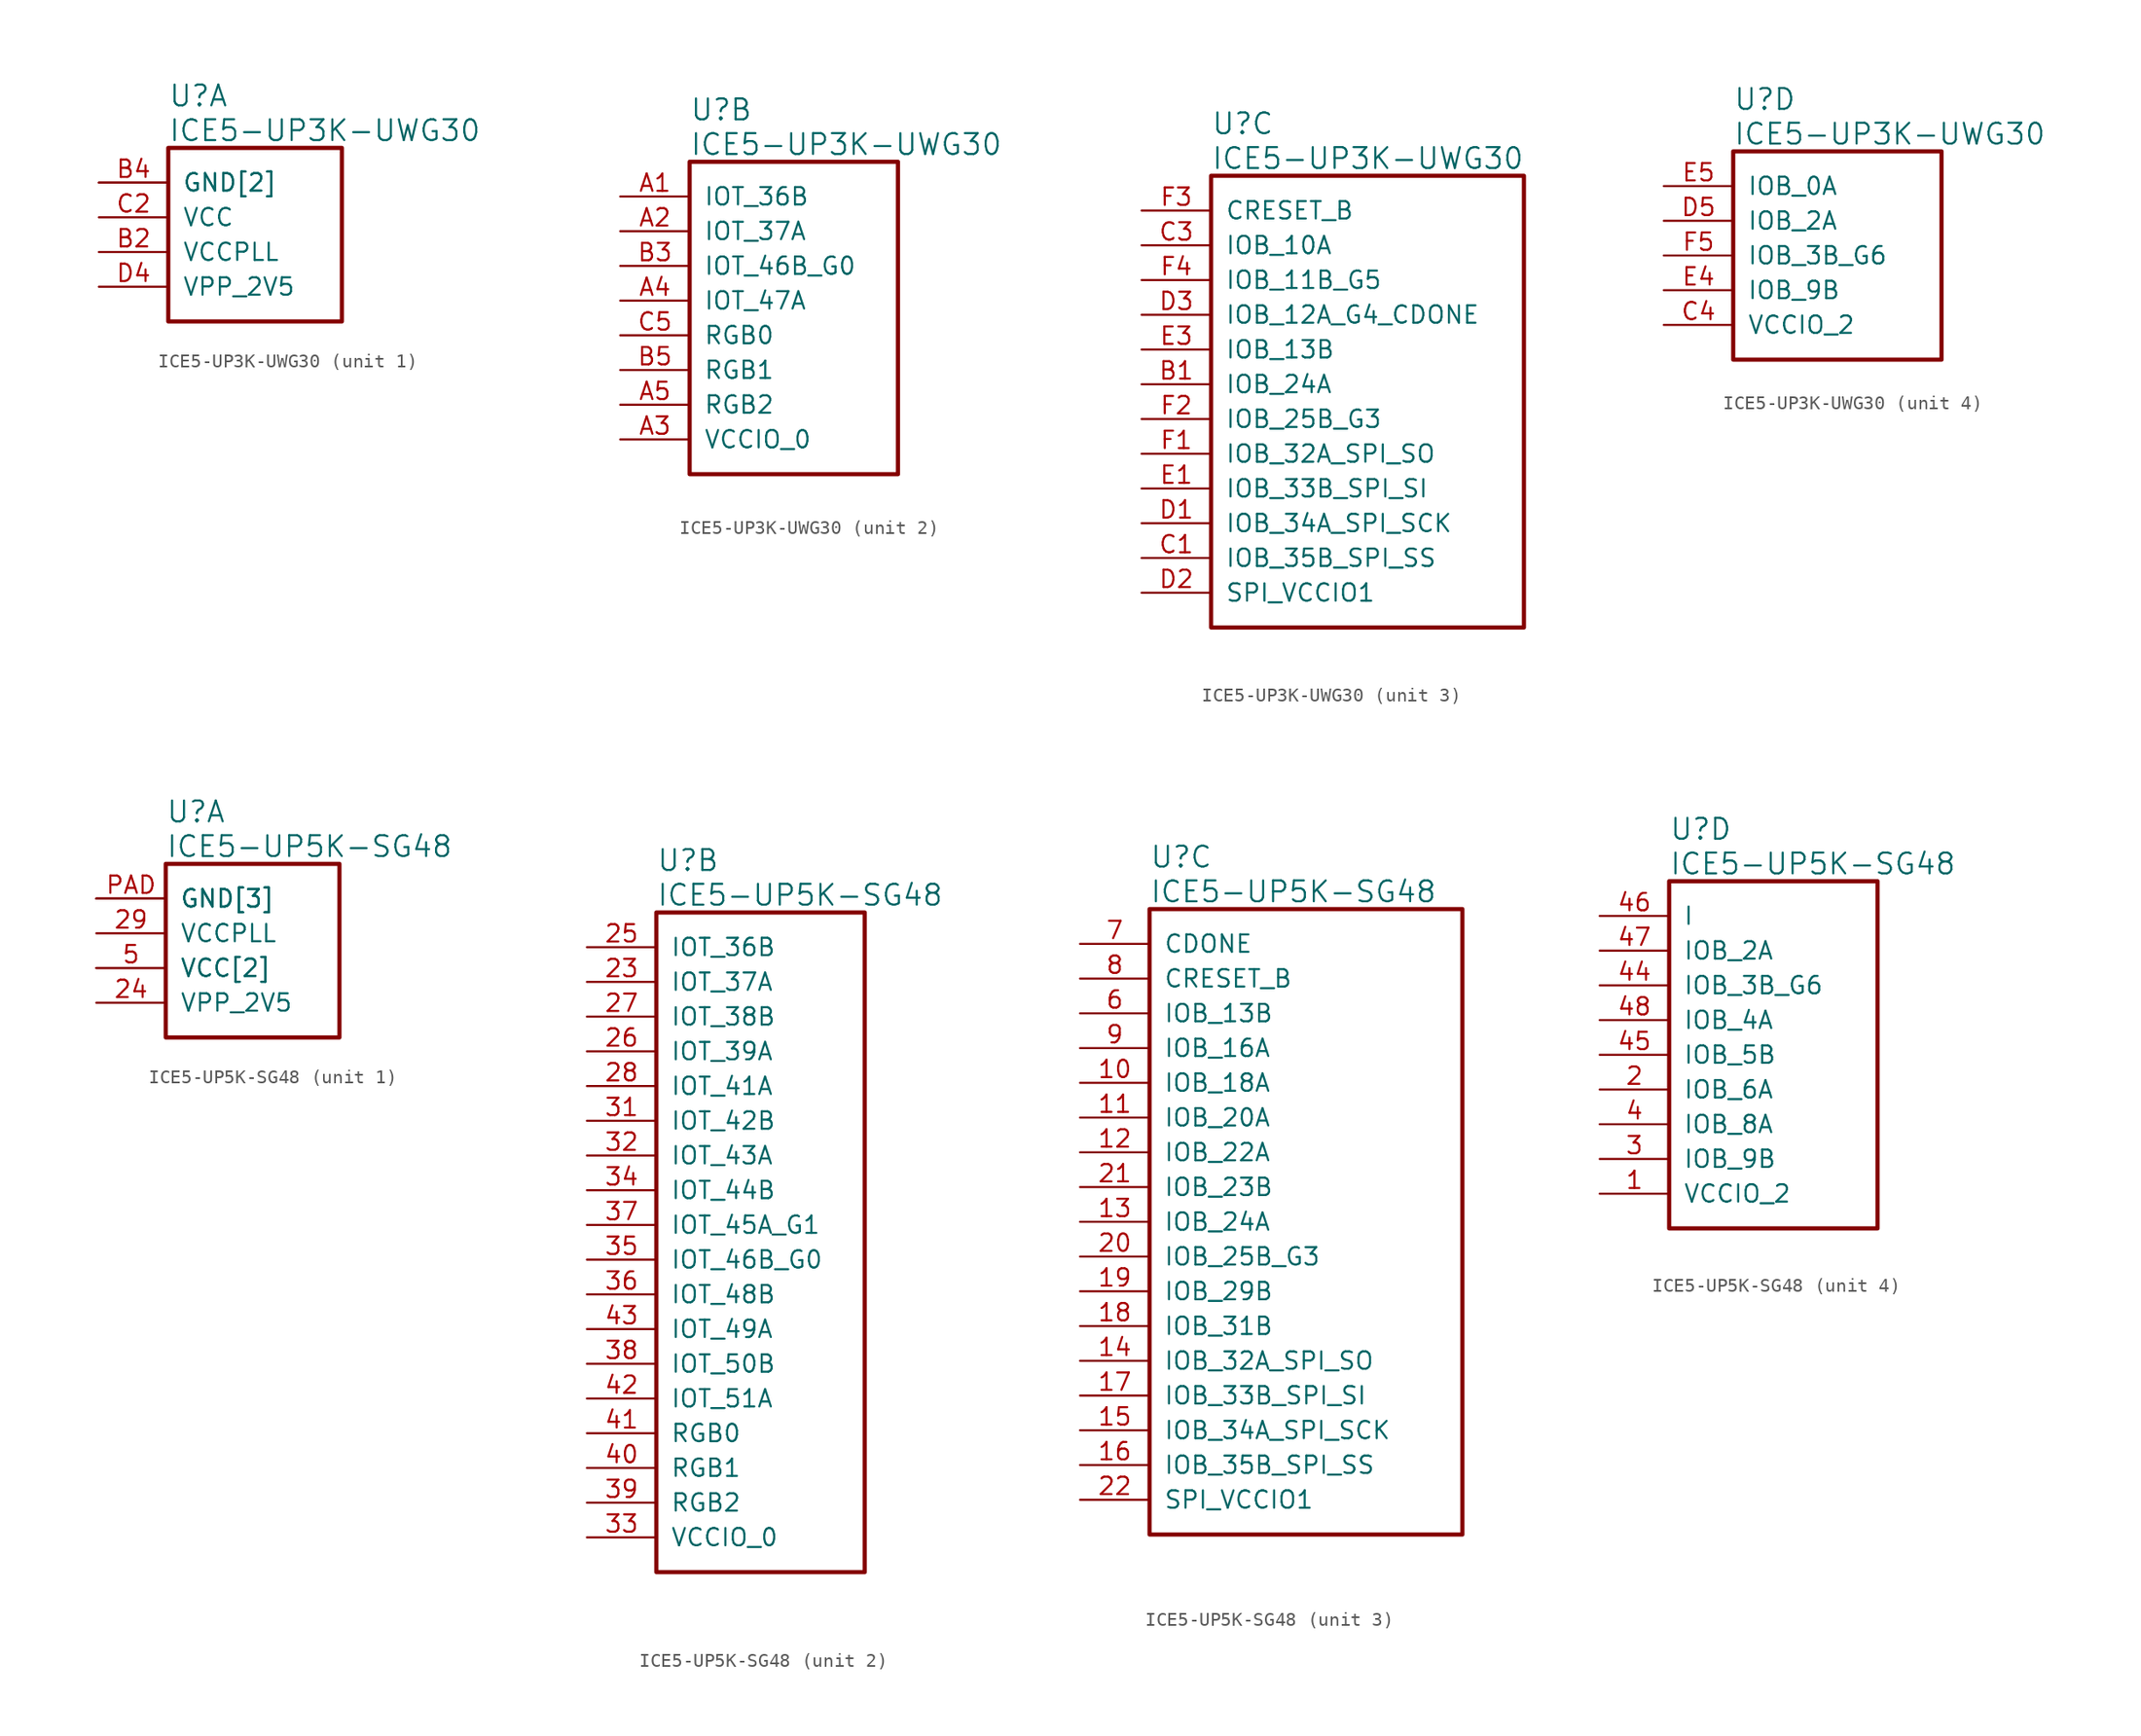
<source format=kicad_sym>
(kicad_symbol_lib
  (version 20241209)
  (generator "kicad_symbol_editor")
  (generator_version "9.0")
  (symbol "ICE5-UP3K-UWG30"
    (pin_names
      (offset 1.016))
    (property "Reference" "U"
      (at 5.08 6.35 0)
      (effects (font (size 1.524 1.524)) (justify left)))
    (property "Value" "ICE5-UP3K-UWG30"
      (at 5.08 3.81 0)
      (effects (font (size 1.524 1.524)) (justify left)))
    (property "ki_locked" ""
      (at 0 0 0)
      (effects (font (size 1.27 1.27))))
    (symbol "ICE5-UP3K-UWG30_1_1"
      (rectangle (start 5.08 2.54) (end 17.78 -10.16) (stroke (width 0.305) (type solid)) (fill (type none)))
      (pin power_in line (at 0 0 0) (length 5.08) (name "GND[2]" (effects (font (size 1.27 1.27)))) (number "B4" (effects (font (size 1.27 1.27)))))
      (pin power_in line (at 0 0 0) (length 5.08) (name "GND[2]" (effects (font (size 1.27 1.27)))) (number "E2" (effects (font (size 0 0)))))
      (pin power_in line (at 0 -2.54 0) (length 5.08) (name "VCC" (effects (font (size 1.27 1.27)))) (number "C2" (effects (font (size 1.27 1.27)))))
      (pin power_in line (at 0 -5.08 0) (length 5.08) (name "VCCPLL" (effects (font (size 1.27 1.27)))) (number "B2" (effects (font (size 1.27 1.27)))))
      (pin power_in line (at 0 -7.62 0) (length 5.08) (name "VPP_2V5" (effects (font (size 1.27 1.27)))) (number "D4" (effects (font (size 1.27 1.27))))))
    (symbol "ICE5-UP3K-UWG30_2_1"
      (rectangle (start 5.08 2.54) (end 20.32 -20.32) (stroke (width 0.305) (type solid)) (fill (type none)))
      (pin bidirectional line (at 0 0 0) (length 5.08) (name "IOT_36B" (effects (font (size 1.27 1.27)))) (number "A1" (effects (font (size 1.27 1.27)))))
      (pin bidirectional line (at 0 -2.54 0) (length 5.08) (name "IOT_37A" (effects (font (size 1.27 1.27)))) (number "A2" (effects (font (size 1.27 1.27)))))
      (pin bidirectional line (at 0 -5.08 0) (length 5.08) (name "IOT_46B_G0" (effects (font (size 1.27 1.27)))) (number "B3" (effects (font (size 1.27 1.27)))))
      (pin bidirectional line (at 0 -7.62 0) (length 5.08) (name "IOT_47A" (effects (font (size 1.27 1.27)))) (number "A4" (effects (font (size 1.27 1.27)))))
      (pin bidirectional line (at 0 -10.16 0) (length 5.08) (name "RGB0" (effects (font (size 1.27 1.27)))) (number "C5" (effects (font (size 1.27 1.27)))))
      (pin bidirectional line (at 0 -12.7 0) (length 5.08) (name "RGB1" (effects (font (size 1.27 1.27)))) (number "B5" (effects (font (size 1.27 1.27)))))
      (pin bidirectional line (at 0 -15.24 0) (length 5.08) (name "RGB2" (effects (font (size 1.27 1.27)))) (number "A5" (effects (font (size 1.27 1.27)))))
      (pin power_in line (at 0 -17.78 0) (length 5.08) (name "VCCIO_0" (effects (font (size 1.27 1.27)))) (number "A3" (effects (font (size 1.27 1.27))))))
    (symbol "ICE5-UP3K-UWG30_3_1"
      (rectangle (start 5.08 2.54) (end 27.94 -30.48) (stroke (width 0.305) (type solid)) (fill (type none)))
      (pin input line (at 0 0 0) (length 5.08) (name "CRESET_B" (effects (font (size 1.27 1.27)))) (number "F3" (effects (font (size 1.27 1.27)))))
      (pin bidirectional line (at 0 -2.54 0) (length 5.08) (name "IOB_10A" (effects (font (size 1.27 1.27)))) (number "C3" (effects (font (size 1.27 1.27)))))
      (pin bidirectional line (at 0 -5.08 0) (length 5.08) (name "IOB_11B_G5" (effects (font (size 1.27 1.27)))) (number "F4" (effects (font (size 1.27 1.27)))))
      (pin bidirectional line (at 0 -7.62 0) (length 5.08) (name "IOB_12A_G4_CDONE" (effects (font (size 1.27 1.27)))) (number "D3" (effects (font (size 1.27 1.27)))))
      (pin bidirectional line (at 0 -10.16 0) (length 5.08) (name "IOB_13B" (effects (font (size 1.27 1.27)))) (number "E3" (effects (font (size 1.27 1.27)))))
      (pin bidirectional line (at 0 -12.7 0) (length 5.08) (name "IOB_24A" (effects (font (size 1.27 1.27)))) (number "B1" (effects (font (size 1.27 1.27)))))
      (pin bidirectional line (at 0 -15.24 0) (length 5.08) (name "IOB_25B_G3" (effects (font (size 1.27 1.27)))) (number "F2" (effects (font (size 1.27 1.27)))))
      (pin bidirectional line (at 0 -17.78 0) (length 5.08) (name "IOB_32A_SPI_SO" (effects (font (size 1.27 1.27)))) (number "F1" (effects (font (size 1.27 1.27)))))
      (pin bidirectional line (at 0 -20.32 0) (length 5.08) (name "IOB_33B_SPI_SI" (effects (font (size 1.27 1.27)))) (number "E1" (effects (font (size 1.27 1.27)))))
      (pin bidirectional line (at 0 -22.86 0) (length 5.08) (name "IOB_34A_SPI_SCK" (effects (font (size 1.27 1.27)))) (number "D1" (effects (font (size 1.27 1.27)))))
      (pin bidirectional line (at 0 -25.4 0) (length 5.08) (name "IOB_35B_SPI_SS" (effects (font (size 1.27 1.27)))) (number "C1" (effects (font (size 1.27 1.27)))))
      (pin power_in line (at 0 -27.94 0) (length 5.08) (name "SPI_VCCIO1" (effects (font (size 1.27 1.27)))) (number "D2" (effects (font (size 1.27 1.27))))))
    (symbol "ICE5-UP3K-UWG30_4_1"
      (rectangle (start 5.08 2.54) (end 20.32 -12.7) (stroke (width 0.305) (type solid)) (fill (type none)))
      (pin bidirectional line (at 0 0 0) (length 5.08) (name "IOB_0A" (effects (font (size 1.27 1.27)))) (number "E5" (effects (font (size 1.27 1.27)))))
      (pin bidirectional line (at 0 -2.54 0) (length 5.08) (name "IOB_2A" (effects (font (size 1.27 1.27)))) (number "D5" (effects (font (size 1.27 1.27)))))
      (pin bidirectional line (at 0 -5.08 0) (length 5.08) (name "IOB_3B_G6" (effects (font (size 1.27 1.27)))) (number "F5" (effects (font (size 1.27 1.27)))))
      (pin bidirectional line (at 0 -7.62 0) (length 5.08) (name "IOB_9B" (effects (font (size 1.27 1.27)))) (number "E4" (effects (font (size 1.27 1.27)))))
      (pin power_in line (at 0 -10.16 0) (length 5.08) (name "VCCIO_2" (effects (font (size 1.27 1.27)))) (number "C4" (effects (font (size 1.27 1.27)))))))
  (symbol "ICE5-UP5K-SG48"
    (pin_names
      (offset 1.016))
    (property "Reference" "U"
      (at 5.08 6.35 0)
      (effects (font (size 1.524 1.524)) (justify left)))
    (property "Value" "ICE5-UP5K-SG48"
      (at 5.08 3.81 0)
      (effects (font (size 1.524 1.524)) (justify left)))
    (property "ki_locked" ""
      (at 0 0 0)
      (effects (font (size 1.27 1.27))))
    (symbol "ICE5-UP5K-SG48_1_1"
      (rectangle (start 5.08 2.54) (end 17.78 -10.16) (stroke (width 0.305) (type solid)) (fill (type none)))
      (pin power_in line (at 0 0 0) (length 5.08) (name "GND[3]" (effects (font (size 1.27 1.27)))) (number "PAD" (effects (font (size 0 0)))))
      (pin power_in line (at 0 0 0) (length 5.08) (name "GND[3]" (effects (font (size 1.27 1.27)))) (number "PAD" (effects (font (size 0 0)))))
      (pin power_in line (at 0 0 0) (length 5.08) (name "GND[3]" (effects (font (size 1.27 1.27)))) (number "PAD" (effects (font (size 1.27 1.27)))))
      (pin power_in line (at 0 -2.54 0) (length 5.08) (name "VCCPLL" (effects (font (size 1.27 1.27)))) (number "29" (effects (font (size 1.27 1.27)))))
      (pin power_in line (at 0 -5.08 0) (length 5.08) (name "VCC[2]" (effects (font (size 1.27 1.27)))) (number "30" (effects (font (size 0 0)))))
      (pin power_in line (at 0 -5.08 0) (length 5.08) (name "VCC[2]" (effects (font (size 1.27 1.27)))) (number "5" (effects (font (size 1.27 1.27)))))
      (pin power_in line (at 0 -7.62 0) (length 5.08) (name "VPP_2V5" (effects (font (size 1.27 1.27)))) (number "24" (effects (font (size 1.27 1.27))))))
    (symbol "ICE5-UP5K-SG48_2_1"
      (rectangle (start 5.08 2.54) (end 20.32 -45.72) (stroke (width 0.305) (type solid)) (fill (type none)))
      (pin bidirectional line (at 0 0 0) (length 5.08) (name "IOT_36B" (effects (font (size 1.27 1.27)))) (number "25" (effects (font (size 1.27 1.27)))))
      (pin bidirectional line (at 0 -2.54 0) (length 5.08) (name "IOT_37A" (effects (font (size 1.27 1.27)))) (number "23" (effects (font (size 1.27 1.27)))))
      (pin bidirectional line (at 0 -5.08 0) (length 5.08) (name "IOT_38B" (effects (font (size 1.27 1.27)))) (number "27" (effects (font (size 1.27 1.27)))))
      (pin bidirectional line (at 0 -7.62 0) (length 5.08) (name "IOT_39A" (effects (font (size 1.27 1.27)))) (number "26" (effects (font (size 1.27 1.27)))))
      (pin bidirectional line (at 0 -10.16 0) (length 5.08) (name "IOT_41A" (effects (font (size 1.27 1.27)))) (number "28" (effects (font (size 1.27 1.27)))))
      (pin bidirectional line (at 0 -12.7 0) (length 5.08) (name "IOT_42B" (effects (font (size 1.27 1.27)))) (number "31" (effects (font (size 1.27 1.27)))))
      (pin bidirectional line (at 0 -15.24 0) (length 5.08) (name "IOT_43A" (effects (font (size 1.27 1.27)))) (number "32" (effects (font (size 1.27 1.27)))))
      (pin bidirectional line (at 0 -17.78 0) (length 5.08) (name "IOT_44B" (effects (font (size 1.27 1.27)))) (number "34" (effects (font (size 1.27 1.27)))))
      (pin bidirectional line (at 0 -20.32 0) (length 5.08) (name "IOT_45A_G1" (effects (font (size 1.27 1.27)))) (number "37" (effects (font (size 1.27 1.27)))))
      (pin bidirectional line (at 0 -22.86 0) (length 5.08) (name "IOT_46B_G0" (effects (font (size 1.27 1.27)))) (number "35" (effects (font (size 1.27 1.27)))))
      (pin bidirectional line (at 0 -25.4 0) (length 5.08) (name "IOT_48B" (effects (font (size 1.27 1.27)))) (number "36" (effects (font (size 1.27 1.27)))))
      (pin bidirectional line (at 0 -27.94 0) (length 5.08) (name "IOT_49A" (effects (font (size 1.27 1.27)))) (number "43" (effects (font (size 1.27 1.27)))))
      (pin bidirectional line (at 0 -30.48 0) (length 5.08) (name "IOT_50B" (effects (font (size 1.27 1.27)))) (number "38" (effects (font (size 1.27 1.27)))))
      (pin bidirectional line (at 0 -33.02 0) (length 5.08) (name "IOT_51A" (effects (font (size 1.27 1.27)))) (number "42" (effects (font (size 1.27 1.27)))))
      (pin bidirectional line (at 0 -35.56 0) (length 5.08) (name "RGB0" (effects (font (size 1.27 1.27)))) (number "41" (effects (font (size 1.27 1.27)))))
      (pin bidirectional line (at 0 -38.1 0) (length 5.08) (name "RGB1" (effects (font (size 1.27 1.27)))) (number "40" (effects (font (size 1.27 1.27)))))
      (pin bidirectional line (at 0 -40.64 0) (length 5.08) (name "RGB2" (effects (font (size 1.27 1.27)))) (number "39" (effects (font (size 1.27 1.27)))))
      (pin power_in line (at 0 -43.18 0) (length 5.08) (name "VCCIO_0" (effects (font (size 1.27 1.27)))) (number "33" (effects (font (size 1.27 1.27))))))
    (symbol "ICE5-UP5K-SG48_3_1"
      (rectangle (start 5.08 2.54) (end 27.94 -43.18) (stroke (width 0.305) (type solid)) (fill (type none)))
      (pin output line (at 0 0 0) (length 5.08) (name "CDONE" (effects (font (size 1.27 1.27)))) (number "7" (effects (font (size 1.27 1.27)))))
      (pin input line (at 0 -2.54 0) (length 5.08) (name "CRESET_B" (effects (font (size 1.27 1.27)))) (number "8" (effects (font (size 1.27 1.27)))))
      (pin bidirectional line (at 0 -5.08 0) (length 5.08) (name "IOB_13B" (effects (font (size 1.27 1.27)))) (number "6" (effects (font (size 1.27 1.27)))))
      (pin bidirectional line (at 0 -7.62 0) (length 5.08) (name "IOB_16A" (effects (font (size 1.27 1.27)))) (number "9" (effects (font (size 1.27 1.27)))))
      (pin bidirectional line (at 0 -10.16 0) (length 5.08) (name "IOB_18A" (effects (font (size 1.27 1.27)))) (number "10" (effects (font (size 1.27 1.27)))))
      (pin bidirectional line (at 0 -12.7 0) (length 5.08) (name "IOB_20A" (effects (font (size 1.27 1.27)))) (number "11" (effects (font (size 1.27 1.27)))))
      (pin bidirectional line (at 0 -15.24 0) (length 5.08) (name "IOB_22A" (effects (font (size 1.27 1.27)))) (number "12" (effects (font (size 1.27 1.27)))))
      (pin bidirectional line (at 0 -17.78 0) (length 5.08) (name "IOB_23B" (effects (font (size 1.27 1.27)))) (number "21" (effects (font (size 1.27 1.27)))))
      (pin bidirectional line (at 0 -20.32 0) (length 5.08) (name "IOB_24A" (effects (font (size 1.27 1.27)))) (number "13" (effects (font (size 1.27 1.27)))))
      (pin bidirectional line (at 0 -22.86 0) (length 5.08) (name "IOB_25B_G3" (effects (font (size 1.27 1.27)))) (number "20" (effects (font (size 1.27 1.27)))))
      (pin bidirectional line (at 0 -25.4 0) (length 5.08) (name "IOB_29B" (effects (font (size 1.27 1.27)))) (number "19" (effects (font (size 1.27 1.27)))))
      (pin bidirectional line (at 0 -27.94 0) (length 5.08) (name "IOB_31B" (effects (font (size 1.27 1.27)))) (number "18" (effects (font (size 1.27 1.27)))))
      (pin bidirectional line (at 0 -30.48 0) (length 5.08) (name "IOB_32A_SPI_SO" (effects (font (size 1.27 1.27)))) (number "14" (effects (font (size 1.27 1.27)))))
      (pin bidirectional line (at 0 -33.02 0) (length 5.08) (name "IOB_33B_SPI_SI" (effects (font (size 1.27 1.27)))) (number "17" (effects (font (size 1.27 1.27)))))
      (pin bidirectional line (at 0 -35.56 0) (length 5.08) (name "IOB_34A_SPI_SCK" (effects (font (size 1.27 1.27)))) (number "15" (effects (font (size 1.27 1.27)))))
      (pin bidirectional line (at 0 -38.1 0) (length 5.08) (name "IOB_35B_SPI_SS" (effects (font (size 1.27 1.27)))) (number "16" (effects (font (size 1.27 1.27)))))
      (pin power_in line (at 0 -40.64 0) (length 5.08) (name "SPI_VCCIO1" (effects (font (size 1.27 1.27)))) (number "22" (effects (font (size 1.27 1.27))))))
    (symbol "ICE5-UP5K-SG48_4_1"
      (rectangle (start 5.08 2.54) (end 20.32 -22.86) (stroke (width 0.305) (type solid)) (fill (type none)))
      (pin bidirectional line (at 0 0 0) (length 5.08) (name "I" (effects (font (size 1.27 1.27)))) (number "46" (effects (font (size 1.27 1.27)))))
      (pin bidirectional line (at 0 -2.54 0) (length 5.08) (name "IOB_2A" (effects (font (size 1.27 1.27)))) (number "47" (effects (font (size 1.27 1.27)))))
      (pin bidirectional line (at 0 -5.08 0) (length 5.08) (name "IOB_3B_G6" (effects (font (size 1.27 1.27)))) (number "44" (effects (font (size 1.27 1.27)))))
      (pin bidirectional line (at 0 -7.62 0) (length 5.08) (name "IOB_4A" (effects (font (size 1.27 1.27)))) (number "48" (effects (font (size 1.27 1.27)))))
      (pin bidirectional line (at 0 -10.16 0) (length 5.08) (name "IOB_5B" (effects (font (size 1.27 1.27)))) (number "45" (effects (font (size 1.27 1.27)))))
      (pin bidirectional line (at 0 -12.7 0) (length 5.08) (name "IOB_6A" (effects (font (size 1.27 1.27)))) (number "2" (effects (font (size 1.27 1.27)))))
      (pin bidirectional line (at 0 -15.24 0) (length 5.08) (name "IOB_8A" (effects (font (size 1.27 1.27)))) (number "4" (effects (font (size 1.27 1.27)))))
      (pin bidirectional line (at 0 -17.78 0) (length 5.08) (name "IOB_9B" (effects (font (size 1.27 1.27)))) (number "3" (effects (font (size 1.27 1.27)))))
      (pin power_in line (at 0 -20.32 0) (length 5.08) (name "VCCIO_2" (effects (font (size 1.27 1.27)))) (number "1" (effects (font (size 1.27 1.27))))))))
</source>
